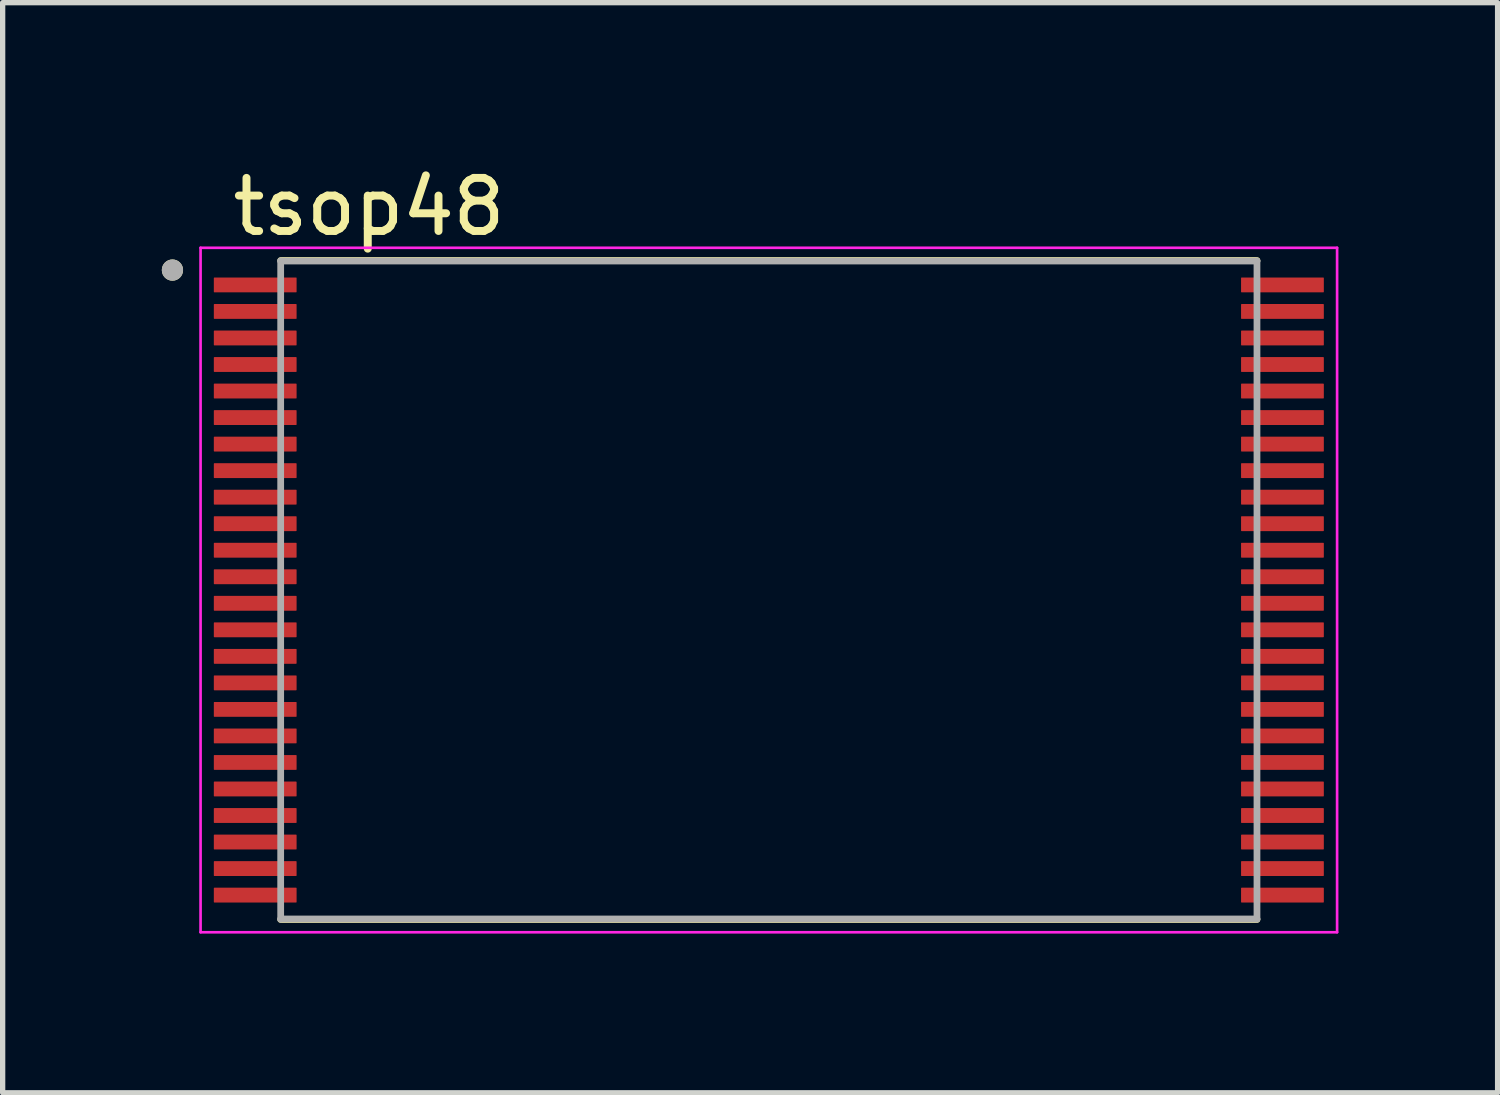
<source format=kicad_pcb>
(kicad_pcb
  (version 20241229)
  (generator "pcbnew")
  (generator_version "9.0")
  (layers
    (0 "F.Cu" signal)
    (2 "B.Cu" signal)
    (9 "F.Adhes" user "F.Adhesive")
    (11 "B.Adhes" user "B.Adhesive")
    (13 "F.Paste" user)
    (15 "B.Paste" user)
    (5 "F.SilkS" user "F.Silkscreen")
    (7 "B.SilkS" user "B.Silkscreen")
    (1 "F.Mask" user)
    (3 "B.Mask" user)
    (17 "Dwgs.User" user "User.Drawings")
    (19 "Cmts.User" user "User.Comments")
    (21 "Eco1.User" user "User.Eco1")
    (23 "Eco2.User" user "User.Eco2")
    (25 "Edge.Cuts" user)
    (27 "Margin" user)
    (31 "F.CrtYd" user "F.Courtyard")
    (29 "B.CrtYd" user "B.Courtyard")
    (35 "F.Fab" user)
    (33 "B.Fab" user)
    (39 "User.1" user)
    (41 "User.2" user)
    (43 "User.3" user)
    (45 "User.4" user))
  (footprint "tsop48"
    (layer "F.Cu")
    (at 11.44 8.07)
    (property "Reference" "tsop48" (at -7.535 -7.222 0) (layer "F.SilkS") (effects (font (size 1 1) (thickness 0.15))))
    (attr through_hole)
    (fp_line (start -9.2 -6.21) (end 9.2 -6.21) (stroke (width 0.127) (type solid)) (layer "F.SilkS"))
    (fp_line (start -9.2 6.21) (end 9.2 6.21) (stroke (width 0.127) (type solid)) (layer "F.SilkS"))
    (fp_circle (center -11.24 -6.03) (end -11.14 -6.03) (stroke (width 0.2) (type solid)) (fill no) (layer "F.SilkS"))
    (fp_line (start -10.71 -6.45) (end -10.71 6.45) (stroke (width 0.05) (type solid)) (layer "F.CrtYd"))
    (fp_line (start -10.71 -6.45) (end 10.71 -6.45) (stroke (width 0.05) (type solid)) (layer "F.CrtYd"))
    (fp_line (start -10.71 6.45) (end 10.71 6.45) (stroke (width 0.05) (type solid)) (layer "F.CrtYd"))
    (fp_line (start 10.71 -6.45) (end 10.71 6.45) (stroke (width 0.05) (type solid)) (layer "F.CrtYd"))
    (fp_line (start -9.2 -6.2) (end -9.2 6.2) (stroke (width 0.127) (type solid)) (layer "F.Fab"))
    (fp_line (start -9.2 -6.2) (end 9.2 -6.2) (stroke (width 0.127) (type solid)) (layer "F.Fab"))
    (fp_line (start -9.2 6.2) (end 9.2 6.2) (stroke (width 0.127) (type solid)) (layer "F.Fab"))
    (fp_line (start 9.2 -6.2) (end 9.2 6.2) (stroke (width 0.127) (type solid)) (layer "F.Fab"))
    (fp_circle (center -11.24 -6.03) (end -11.14 -6.03) (stroke (width 0.2) (type solid)) (fill no) (layer "F.Fab"))
    (pad "1" smd roundrect (at -9.68 -5.75) (size 1.56 0.28) (layers "F.Cu" "F.Mask" "F.Paste") (roundrect_rratio 0.04))
    (pad "2" smd roundrect (at -9.68 -5.25) (size 1.56 0.28) (layers "F.Cu" "F.Mask" "F.Paste") (roundrect_rratio 0.04))
    (pad "3" smd roundrect (at -9.68 -4.75) (size 1.56 0.28) (layers "F.Cu" "F.Mask" "F.Paste") (roundrect_rratio 0.04))
    (pad "4" smd roundrect (at -9.68 -4.25) (size 1.56 0.28) (layers "F.Cu" "F.Mask" "F.Paste") (roundrect_rratio 0.04))
    (pad "5" smd roundrect (at -9.68 -3.75) (size 1.56 0.28) (layers "F.Cu" "F.Mask" "F.Paste") (roundrect_rratio 0.04))
    (pad "6" smd roundrect (at -9.68 -3.25) (size 1.56 0.28) (layers "F.Cu" "F.Mask" "F.Paste") (roundrect_rratio 0.04))
    (pad "7" smd roundrect (at -9.68 -2.75) (size 1.56 0.28) (layers "F.Cu" "F.Mask" "F.Paste") (roundrect_rratio 0.04))
    (pad "8" smd roundrect (at -9.68 -2.25) (size 1.56 0.28) (layers "F.Cu" "F.Mask" "F.Paste") (roundrect_rratio 0.04))
    (pad "9" smd roundrect (at -9.68 -1.75) (size 1.56 0.28) (layers "F.Cu" "F.Mask" "F.Paste") (roundrect_rratio 0.04))
    (pad "10" smd roundrect (at -9.68 -1.25) (size 1.56 0.28) (layers "F.Cu" "F.Mask" "F.Paste") (roundrect_rratio 0.04))
    (pad "11" smd roundrect (at -9.68 -0.75) (size 1.56 0.28) (layers "F.Cu" "F.Mask" "F.Paste") (roundrect_rratio 0.04))
    (pad "12" smd roundrect (at -9.68 -0.25) (size 1.56 0.28) (layers "F.Cu" "F.Mask" "F.Paste") (roundrect_rratio 0.04))
    (pad "13" smd roundrect (at -9.68 0.25) (size 1.56 0.28) (layers "F.Cu" "F.Mask" "F.Paste") (roundrect_rratio 0.04))
    (pad "14" smd roundrect (at -9.68 0.75) (size 1.56 0.28) (layers "F.Cu" "F.Mask" "F.Paste") (roundrect_rratio 0.04))
    (pad "15" smd roundrect (at -9.68 1.25) (size 1.56 0.28) (layers "F.Cu" "F.Mask" "F.Paste") (roundrect_rratio 0.04))
    (pad "16" smd roundrect (at -9.68 1.75) (size 1.56 0.28) (layers "F.Cu" "F.Mask" "F.Paste") (roundrect_rratio 0.04))
    (pad "17" smd roundrect (at -9.68 2.25) (size 1.56 0.28) (layers "F.Cu" "F.Mask" "F.Paste") (roundrect_rratio 0.04))
    (pad "18" smd roundrect (at -9.68 2.75) (size 1.56 0.28) (layers "F.Cu" "F.Mask" "F.Paste") (roundrect_rratio 0.04))
    (pad "19" smd roundrect (at -9.68 3.25) (size 1.56 0.28) (layers "F.Cu" "F.Mask" "F.Paste") (roundrect_rratio 0.04))
    (pad "20" smd roundrect (at -9.68 3.75) (size 1.56 0.28) (layers "F.Cu" "F.Mask" "F.Paste") (roundrect_rratio 0.04))
    (pad "21" smd roundrect (at -9.68 4.25) (size 1.56 0.28) (layers "F.Cu" "F.Mask" "F.Paste") (roundrect_rratio 0.04))
    (pad "22" smd roundrect (at -9.68 4.75) (size 1.56 0.28) (layers "F.Cu" "F.Mask" "F.Paste") (roundrect_rratio 0.04))
    (pad "23" smd roundrect (at -9.68 5.25) (size 1.56 0.28) (layers "F.Cu" "F.Mask" "F.Paste") (roundrect_rratio 0.04))
    (pad "24" smd roundrect (at -9.68 5.75) (size 1.56 0.28) (layers "F.Cu" "F.Mask" "F.Paste") (roundrect_rratio 0.04))
    (pad "25" smd roundrect (at 9.68 5.75) (size 1.56 0.28) (layers "F.Cu" "F.Mask" "F.Paste") (roundrect_rratio 0.04))
    (pad "26" smd roundrect (at 9.68 5.25) (size 1.56 0.28) (layers "F.Cu" "F.Mask" "F.Paste") (roundrect_rratio 0.04))
    (pad "27" smd roundrect (at 9.68 4.75) (size 1.56 0.28) (layers "F.Cu" "F.Mask" "F.Paste") (roundrect_rratio 0.04))
    (pad "28" smd roundrect (at 9.68 4.25) (size 1.56 0.28) (layers "F.Cu" "F.Mask" "F.Paste") (roundrect_rratio 0.04))
    (pad "29" smd roundrect (at 9.68 3.75) (size 1.56 0.28) (layers "F.Cu" "F.Mask" "F.Paste") (roundrect_rratio 0.04))
    (pad "30" smd roundrect (at 9.68 3.25) (size 1.56 0.28) (layers "F.Cu" "F.Mask" "F.Paste") (roundrect_rratio 0.04))
    (pad "31" smd roundrect (at 9.68 2.75) (size 1.56 0.28) (layers "F.Cu" "F.Mask" "F.Paste") (roundrect_rratio 0.04))
    (pad "32" smd roundrect (at 9.68 2.25) (size 1.56 0.28) (layers "F.Cu" "F.Mask" "F.Paste") (roundrect_rratio 0.04))
    (pad "33" smd roundrect (at 9.68 1.75) (size 1.56 0.28) (layers "F.Cu" "F.Mask" "F.Paste") (roundrect_rratio 0.04))
    (pad "34" smd roundrect (at 9.68 1.25) (size 1.56 0.28) (layers "F.Cu" "F.Mask" "F.Paste") (roundrect_rratio 0.04))
    (pad "35" smd roundrect (at 9.68 0.75) (size 1.56 0.28) (layers "F.Cu" "F.Mask" "F.Paste") (roundrect_rratio 0.04))
    (pad "36" smd roundrect (at 9.68 0.25) (size 1.56 0.28) (layers "F.Cu" "F.Mask" "F.Paste") (roundrect_rratio 0.04))
    (pad "37" smd roundrect (at 9.68 -0.25) (size 1.56 0.28) (layers "F.Cu" "F.Mask" "F.Paste") (roundrect_rratio 0.04))
    (pad "38" smd roundrect (at 9.68 -0.75) (size 1.56 0.28) (layers "F.Cu" "F.Mask" "F.Paste") (roundrect_rratio 0.04))
    (pad "39" smd roundrect (at 9.68 -1.25) (size 1.56 0.28) (layers "F.Cu" "F.Mask" "F.Paste") (roundrect_rratio 0.04))
    (pad "40" smd roundrect (at 9.68 -1.75) (size 1.56 0.28) (layers "F.Cu" "F.Mask" "F.Paste") (roundrect_rratio 0.04))
    (pad "41" smd roundrect (at 9.68 -2.25) (size 1.56 0.28) (layers "F.Cu" "F.Mask" "F.Paste") (roundrect_rratio 0.04))
    (pad "42" smd roundrect (at 9.68 -2.75) (size 1.56 0.28) (layers "F.Cu" "F.Mask" "F.Paste") (roundrect_rratio 0.04))
    (pad "43" smd roundrect (at 9.68 -3.25) (size 1.56 0.28) (layers "F.Cu" "F.Mask" "F.Paste") (roundrect_rratio 0.04))
    (pad "44" smd roundrect (at 9.68 -3.75) (size 1.56 0.28) (layers "F.Cu" "F.Mask" "F.Paste") (roundrect_rratio 0.04))
    (pad "45" smd roundrect (at 9.68 -4.25) (size 1.56 0.28) (layers "F.Cu" "F.Mask" "F.Paste") (roundrect_rratio 0.04))
    (pad "46" smd roundrect (at 9.68 -4.75) (size 1.56 0.28) (layers "F.Cu" "F.Mask" "F.Paste") (roundrect_rratio 0.04))
    (pad "47" smd roundrect (at 9.68 -5.25) (size 1.56 0.28) (layers "F.Cu" "F.Mask" "F.Paste") (roundrect_rratio 0.04))
    (pad "48" smd roundrect (at 9.68 -5.75) (size 1.56 0.28) (layers "F.Cu" "F.Mask" "F.Paste") (roundrect_rratio 0.04)))
  (gr_rect
    (start -3 -3)
    (end 25.175 17.545)
    (stroke (width 0.1) (type default))
    (fill no)
    (layer "Edge.Cuts")))
</source>
